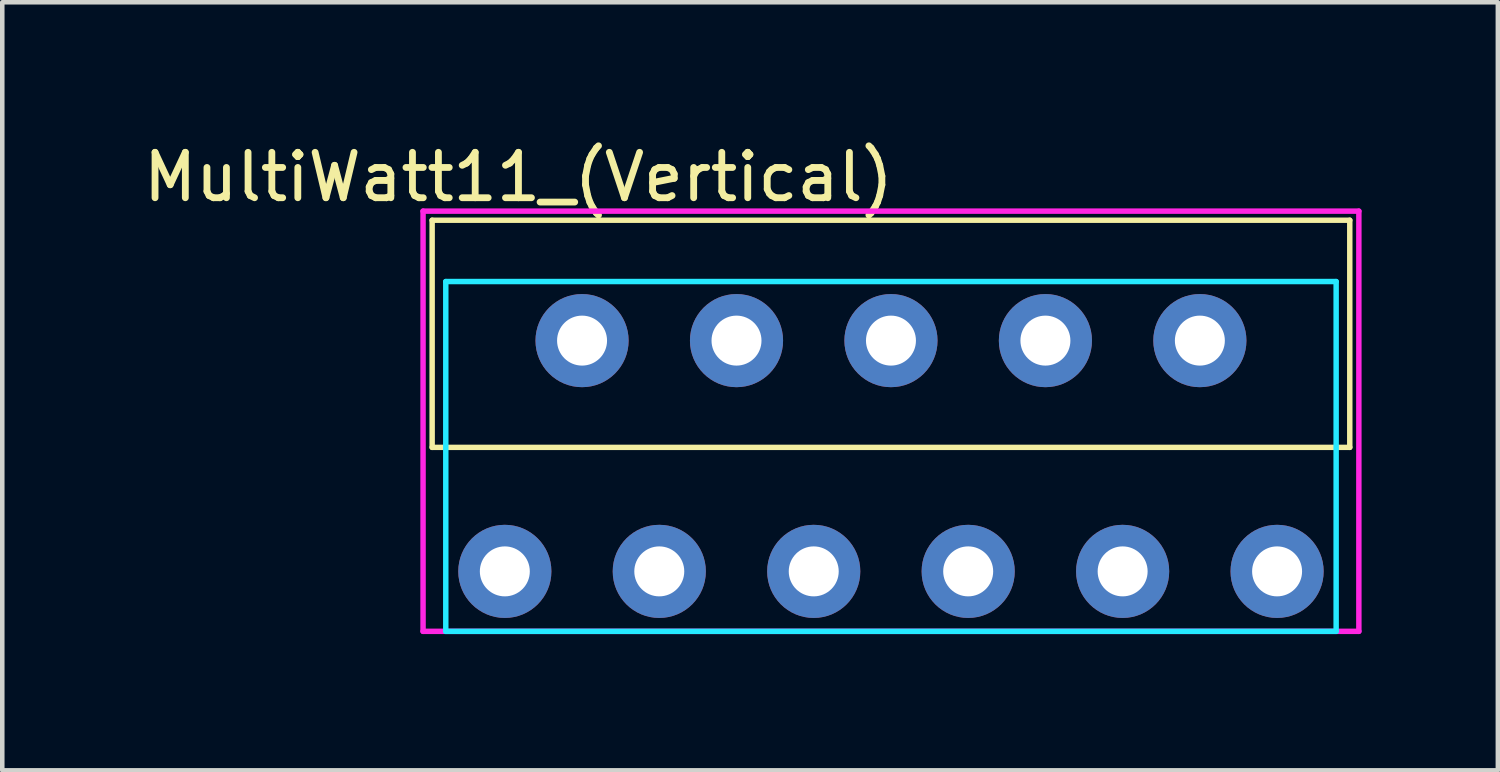
<source format=kicad_pcb>
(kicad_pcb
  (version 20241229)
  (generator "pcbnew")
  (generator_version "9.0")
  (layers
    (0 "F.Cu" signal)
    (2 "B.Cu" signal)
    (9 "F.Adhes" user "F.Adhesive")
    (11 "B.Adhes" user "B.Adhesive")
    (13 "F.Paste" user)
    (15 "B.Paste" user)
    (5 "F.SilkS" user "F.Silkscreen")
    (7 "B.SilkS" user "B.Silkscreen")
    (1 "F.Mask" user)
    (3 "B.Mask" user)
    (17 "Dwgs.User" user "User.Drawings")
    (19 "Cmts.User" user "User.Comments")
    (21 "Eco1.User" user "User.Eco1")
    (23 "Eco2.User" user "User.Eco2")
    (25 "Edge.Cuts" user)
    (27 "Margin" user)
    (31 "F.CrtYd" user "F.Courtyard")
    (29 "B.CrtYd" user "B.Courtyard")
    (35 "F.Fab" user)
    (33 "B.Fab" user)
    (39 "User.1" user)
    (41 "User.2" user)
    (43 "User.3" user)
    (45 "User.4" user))
  (footprint "MultiWatt11_(Vertical)"
    (layer "F.Cu")
    (at 16.563 4.448)
    (property "Reference" "MultiWatt11_(Vertical)" (at -8.2 -3.6 0) (layer "F.SilkS") (effects (font (size 1 1) (thickness 0.15))))
    (attr through_hole)
    (fp_line (start -10.1 -2.65) (end -10.1 2.35) (stroke (width 0.12) (type solid)) (layer "F.SilkS"))
    (fp_line (start -10.1 -2.65) (end 10.1 -2.65) (stroke (width 0.12) (type solid)) (layer "F.SilkS"))
    (fp_line (start -10.1 2.35) (end 10.1 2.35) (stroke (width 0.12) (type solid)) (layer "F.SilkS"))
    (fp_line (start 10.1 2.35) (end 10.1 -2.65) (stroke (width 0.12) (type solid)) (layer "F.SilkS"))
    (fp_line (start -9.8 -1.3) (end -9.8 6.4) (stroke (width 0.12) (type solid)) (layer "B.CrtYd"))
    (fp_line (start -9.8 6.4) (end 9.8 6.4) (stroke (width 0.12) (type solid)) (layer "B.CrtYd"))
    (fp_line (start 9.8 -1.3) (end -9.8 -1.3) (stroke (width 0.12) (type solid)) (layer "B.CrtYd"))
    (fp_line (start 9.8 6.4) (end 9.8 -1.3) (stroke (width 0.12) (type solid)) (layer "B.CrtYd"))
    (fp_line (start -10.3 -2.85) (end -10.3 6.4) (stroke (width 0.12) (type solid)) (layer "F.CrtYd"))
    (fp_line (start -10.3 -2.85) (end 10.3 -2.85) (stroke (width 0.12) (type solid)) (layer "F.CrtYd"))
    (fp_line (start -10.3 6.4) (end 10.3 6.4) (stroke (width 0.12) (type solid)) (layer "F.CrtYd"))
    (fp_line (start 10.3 -2.85) (end 10.3 6.4) (stroke (width 0.12) (type solid)) (layer "F.CrtYd"))
    (pad "1" thru_hole circle (at -8.5 5.08) (size 2.05 2.05) (drill 1.1) (layers "*.Cu" "*.Mask"))
    (pad "2" thru_hole circle (at -6.8 0) (size 2.05 2.05) (drill 1.1) (layers "*.Cu" "*.Mask"))
    (pad "3" thru_hole circle (at -5.1 5.08) (size 2.05 2.05) (drill 1.1) (layers "*.Cu" "*.Mask"))
    (pad "4" thru_hole circle (at -3.4 0) (size 2.05 2.05) (drill 1.1) (layers "*.Cu" "*.Mask"))
    (pad "5" thru_hole circle (at -1.7 5.08) (size 2.05 2.05) (drill 1.1) (layers "*.Cu" "*.Mask"))
    (pad "6" thru_hole circle (at 0 0) (size 2.05 2.05) (drill 1.1) (layers "*.Cu" "*.Mask"))
    (pad "7" thru_hole circle (at 1.7 5.08) (size 2.05 2.05) (drill 1.1) (layers "*.Cu" "*.Mask"))
    (pad "8" thru_hole circle (at 3.4 0) (size 2.05 2.05) (drill 1.1) (layers "*.Cu" "*.Mask"))
    (pad "9" thru_hole circle (at 5.1 5.08) (size 2.05 2.05) (drill 1.1) (layers "*.Cu" "*.Mask"))
    (pad "10" thru_hole circle (at 6.8 0) (size 2.05 2.05) (drill 1.1) (layers "*.Cu" "*.Mask"))
    (pad "11" thru_hole circle (at 8.5 5.08) (size 2.05 2.05) (drill 1.1) (layers "*.Cu" "*.Mask")))
  (gr_rect
    (start -3 -3)
    (end 29.923 13.908)
    (stroke (width 0.1) (type default))
    (fill no)
    (layer "Edge.Cuts")))
</source>
